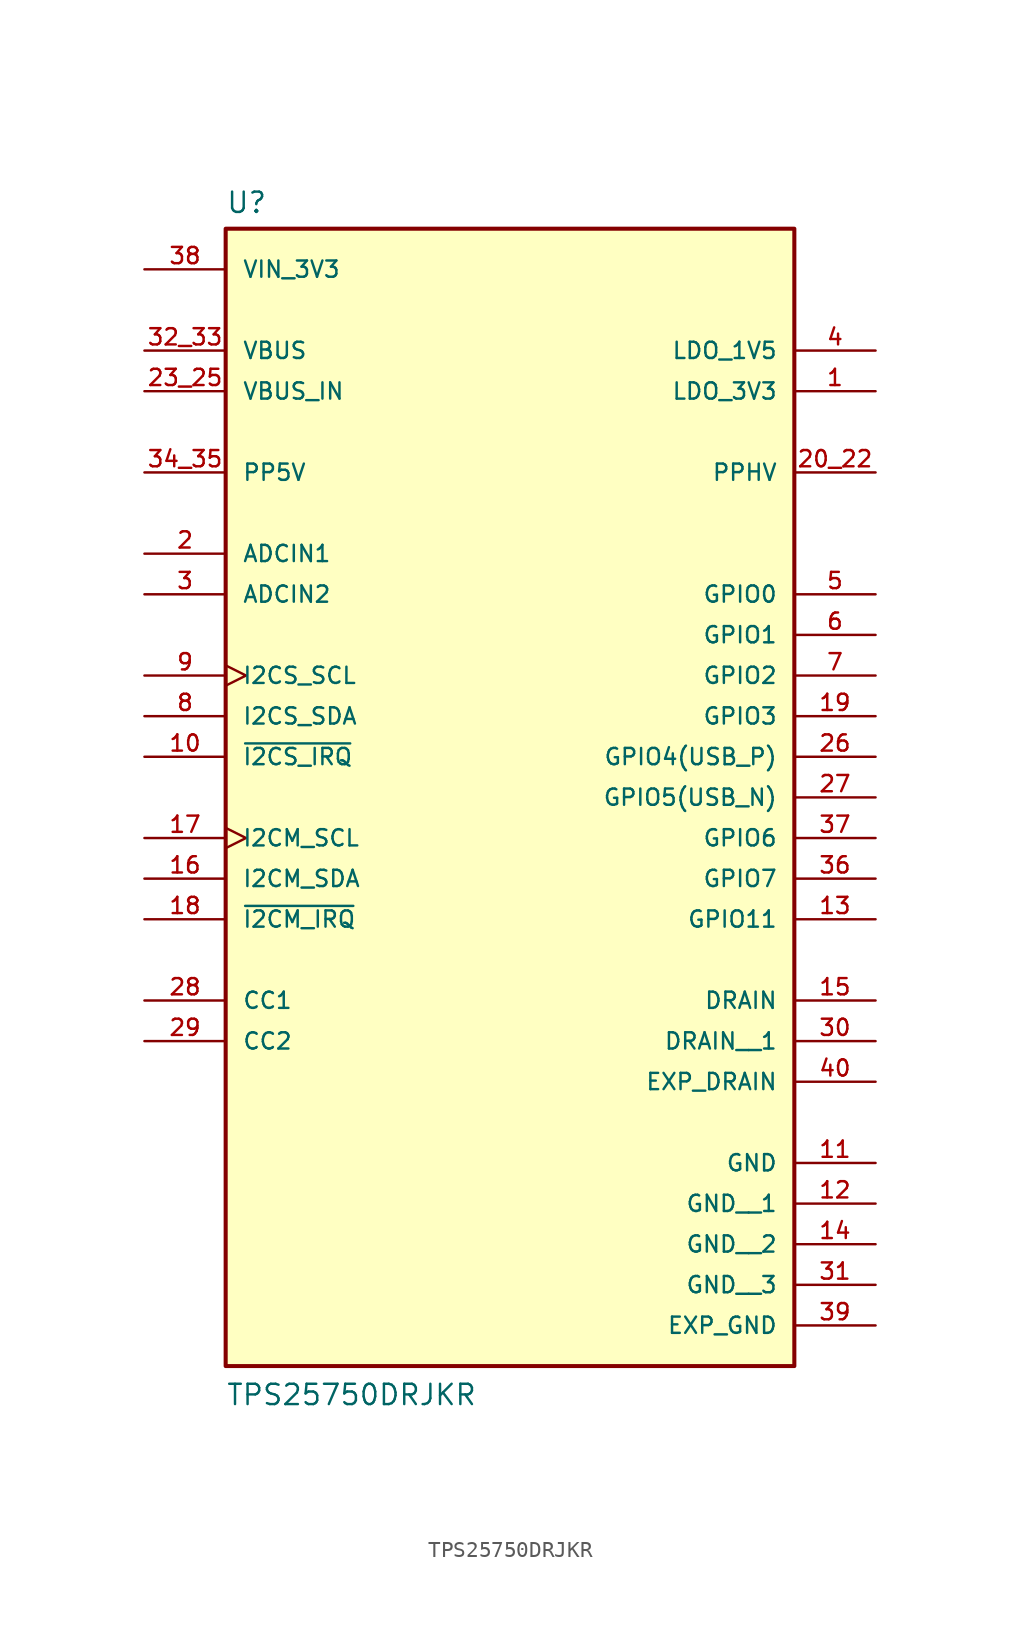
<source format=kicad_sym>
(kicad_symbol_lib
  (version 20211014)
  (generator kicad_symbol_editor)
  (symbol "TPS25750DRJKR"
    (pin_names
      (offset 1.016))
    (property "Reference" "U"
      (at -17.78 31.369 0)
      (effects (font (size 1.27 1.27)) (justify bottom left)))
    (property "Value" "TPS25750DRJKR"
      (at -17.78 -43.18 0)
      (effects (font (size 1.27 1.27)) (justify bottom left)))
    (symbol "TPS25750DRJKR_0_0"
      (rectangle (start -17.78 -40.64) (end 17.78 30.48) (stroke (width 0.254)) (fill (type background)))
      (pin input line (at -22.86 10.16 0) (length 5.08) (name "ADCIN1" (effects (font (size 1.016 1.016)))) (number "2" (effects (font (size 1.016 1.016)))))
      (pin input line (at -22.86 7.62 0) (length 5.08) (name "ADCIN2" (effects (font (size 1.016 1.016)))) (number "3" (effects (font (size 1.016 1.016)))))
      (pin bidirectional line (at -22.86 -17.78 0) (length 5.08) (name "CC1" (effects (font (size 1.016 1.016)))) (number "28" (effects (font (size 1.016 1.016)))))
      (pin bidirectional line (at -22.86 -20.32 0) (length 5.08) (name "CC2" (effects (font (size 1.016 1.016)))) (number "29" (effects (font (size 1.016 1.016)))))
      (pin power_in line (at 22.86 -27.94 180.0) (length 5.08) (name "GND" (effects (font (size 1.016 1.016)))) (number "11" (effects (font (size 1.016 1.016)))))
      (pin bidirectional line (at 22.86 7.62 180.0) (length 5.08) (name "GPIO0" (effects (font (size 1.016 1.016)))) (number "5" (effects (font (size 1.016 1.016)))))
      (pin input clock (at -22.86 2.54 0) (length 5.08) (name "I2CS_SCL" (effects (font (size 1.016 1.016)))) (number "9" (effects (font (size 1.016 1.016)))))
      (pin bidirectional line (at -22.86 0.0 0) (length 5.08) (name "I2CS_SDA" (effects (font (size 1.016 1.016)))) (number "8" (effects (font (size 1.016 1.016)))))
      (pin output line (at -22.86 -2.54 0) (length 5.08) (name "~{I2CS_IRQ}" (effects (font (size 1.016 1.016)))) (number "10" (effects (font (size 1.016 1.016)))))
      (pin output clock (at -22.86 -7.62 0) (length 5.08) (name "I2CM_SCL" (effects (font (size 1.016 1.016)))) (number "17" (effects (font (size 1.016 1.016)))))
      (pin output line (at 22.86 -12.7 180.0) (length 5.08) (name "GPIO11" (effects (font (size 1.016 1.016)))) (number "13" (effects (font (size 1.016 1.016)))))
      (pin bidirectional line (at -22.86 -10.16 0) (length 5.08) (name "I2CM_SDA" (effects (font (size 1.016 1.016)))) (number "16" (effects (font (size 1.016 1.016)))))
      (pin input line (at -22.86 -12.7 0) (length 5.08) (name "~{I2CM_IRQ}" (effects (font (size 1.016 1.016)))) (number "18" (effects (font (size 1.016 1.016)))))
      (pin output line (at 22.86 22.86 180.0) (length 5.08) (name "LDO_1V5" (effects (font (size 1.016 1.016)))) (number "4" (effects (font (size 1.016 1.016)))))
      (pin output line (at 22.86 20.32 180.0) (length 5.08) (name "LDO_3V3" (effects (font (size 1.016 1.016)))) (number "1" (effects (font (size 1.016 1.016)))))
      (pin passive line (at 22.86 -17.78 180.0) (length 5.08) (name "DRAIN" (effects (font (size 1.016 1.016)))) (number "15" (effects (font (size 1.016 1.016)))))
      (pin input line (at -22.86 15.24 0) (length 5.08) (name "PP5V" (effects (font (size 1.016 1.016)))) (number "34_35" (effects (font (size 1.016 1.016)))))
      (pin bidirectional line (at 22.86 15.24 180.0) (length 5.08) (name "PPHV" (effects (font (size 1.016 1.016)))) (number "20_22" (effects (font (size 1.016 1.016)))))
      (pin input line (at -22.86 20.32 0) (length 5.08) (name "VBUS_IN" (effects (font (size 1.016 1.016)))) (number "23_25" (effects (font (size 1.016 1.016)))))
      (pin power_in line (at 22.86 -38.1 180.0) (length 5.08) (name "EXP_GND" (effects (font (size 1.016 1.016)))) (number "39" (effects (font (size 1.016 1.016)))))
      (pin input line (at -22.86 22.86 0) (length 5.08) (name "VBUS" (effects (font (size 1.016 1.016)))) (number "32_33" (effects (font (size 1.016 1.016)))))
      (pin input line (at -22.86 27.94 0) (length 5.08) (name "VIN_3V3" (effects (font (size 1.016 1.016)))) (number "38" (effects (font (size 1.016 1.016)))))
      (pin passive line (at 22.86 -22.86 180.0) (length 5.08) (name "EXP_DRAIN" (effects (font (size 1.016 1.016)))) (number "40" (effects (font (size 1.016 1.016)))))
      (pin bidirectional line (at 22.86 5.08 180.0) (length 5.08) (name "GPIO1" (effects (font (size 1.016 1.016)))) (number "6" (effects (font (size 1.016 1.016)))))
      (pin output line (at 22.86 2.54 180.0) (length 5.08) (name "GPIO2" (effects (font (size 1.016 1.016)))) (number "7" (effects (font (size 1.016 1.016)))))
      (pin output line (at 22.86 0.0 180.0) (length 5.08) (name "GPIO3" (effects (font (size 1.016 1.016)))) (number "19" (effects (font (size 1.016 1.016)))))
      (pin bidirectional line (at 22.86 -2.54 180.0) (length 5.08) (name "GPIO4(USB_P)" (effects (font (size 1.016 1.016)))) (number "26" (effects (font (size 1.016 1.016)))))
      (pin bidirectional line (at 22.86 -5.08 180.0) (length 5.08) (name "GPIO5(USB_N)" (effects (font (size 1.016 1.016)))) (number "27" (effects (font (size 1.016 1.016)))))
      (pin output line (at 22.86 -7.62 180.0) (length 5.08) (name "GPIO6" (effects (font (size 1.016 1.016)))) (number "37" (effects (font (size 1.016 1.016)))))
      (pin output line (at 22.86 -10.16 180.0) (length 5.08) (name "GPIO7" (effects (font (size 1.016 1.016)))) (number "36" (effects (font (size 1.016 1.016)))))
      (pin passive line (at 22.86 -20.32 180.0) (length 5.08) (name "DRAIN__1" (effects (font (size 1.016 1.016)))) (number "30" (effects (font (size 1.016 1.016)))))
      (pin power_in line (at 22.86 -30.48 180.0) (length 5.08) (name "GND__1" (effects (font (size 1.016 1.016)))) (number "12" (effects (font (size 1.016 1.016)))))
      (pin power_in line (at 22.86 -33.02 180.0) (length 5.08) (name "GND__2" (effects (font (size 1.016 1.016)))) (number "14" (effects (font (size 1.016 1.016)))))
      (pin power_in line (at 22.86 -35.56 180.0) (length 5.08) (name "GND__3" (effects (font (size 1.016 1.016)))) (number "31" (effects (font (size 1.016 1.016))))))))
</source>
